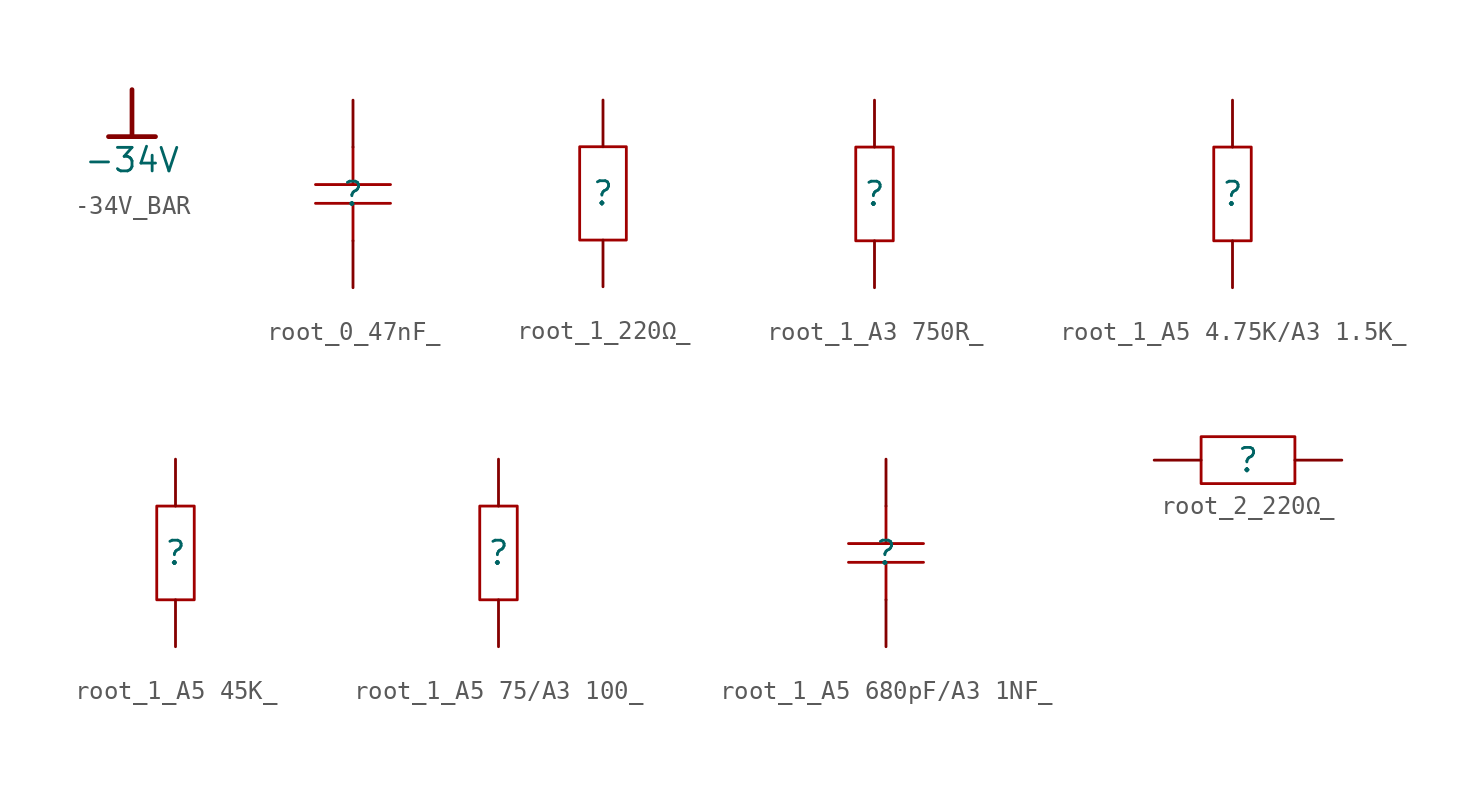
<source format=kicad_sym>
(kicad_symbol_lib
  (version 20241209)
  (generator "kicad_symbol_editor")
  (generator_version "9.0")
  (symbol "-34V_BAR"
    (power)
    (property "Reference" "#PWR"
      (at 0 0 0)
      (effects (font (size 1.27 1.27)) (hide yes)))
    (property "Value" "-34V"
      (at 0 -3.81 0)
      (effects (font (size 1.27 1.27))))
    (symbol "-34V_BAR_0_0"
      (polyline (pts (xy -1.27 -2.54) (xy 1.27 -2.54)) (stroke (width 0.254) (type solid)) (fill (type none)))
      (polyline (pts (xy 0 0) (xy 0 -2.54)) (stroke (width 0.254) (type solid)) (fill (type none)))
      (pin power_in line (at 0 0 0) (length 0) (hide yes) (name "-34V" (effects (font (size 1.27 1.27)))) (number "" (effects (font (size 1.27 1.27)))))))
  (symbol "root_0_47nF_"
    (pin_numbers
      (hide yes))
    (pin_names
      (hide yes))
    (property "Reference" ""
      (at 0 0 0)
      (effects (font (size 1.27 1.27))))
    (property "Value" ""
      (at 0 0 0)
      (effects (font (size 1.27 1.27))))
    (symbol "root_0_47nF__1_0"
      (polyline (pts (xy -2.032 0.508) (xy 2.032 0.508)) (stroke (width 0) (type solid) (color 160 0 0 1)) (fill (type none)))
      (polyline (pts (xy 0 2.54) (xy 0 0.508)) (stroke (width 0) (type solid) (color 160 0 0 1)) (fill (type none)))
      (polyline (pts (xy 0 -0.508) (xy 0 -2.54)) (stroke (width 0) (type solid) (color 160 0 0 1)) (fill (type none)))
      (polyline (pts (xy 2.032 -0.508) (xy -2.032 -0.508)) (stroke (width 0) (type solid) (color 160 0 0 1)) (fill (type none)))
      (pin passive line (at 0 5.08 270) (length 2.54) (name "2" (effects (font (size 1.27 1.27)))) (number "2" (effects (font (size 1.27 1.27)))))
      (pin passive line (at 0 -5.08 90) (length 2.54) (name "1" (effects (font (size 1.27 1.27)))) (number "1" (effects (font (size 1.27 1.27)))))))
  (symbol "root_1_220Ω_"
    (pin_numbers
      (hide yes))
    (pin_names
      (hide yes))
    (property "Reference" ""
      (at 0 0 0)
      (effects (font (size 1.27 1.27))))
    (property "Value" ""
      (at 0 0 0)
      (effects (font (size 1.27 1.27))))
    (symbol "root_1_220Ω__1_0"
      (rectangle (start -1.27 2.54) (end 1.27 -2.54) (stroke (width 0) (type solid) (color 160 0 0 1)) (fill (type none)))
      (pin passive line (at 0 5.08 270) (length 2.54) (name "2" (effects (font (size 1.27 1.27)))) (number "2" (effects (font (size 1.27 1.27)))))
      (pin passive line (at 0 -5.08 90) (length 2.54) (name "1" (effects (font (size 1.27 1.27)))) (number "1" (effects (font (size 1.27 1.27)))))))
  (symbol "root_1_A3 750R_"
    (pin_numbers
      (hide yes))
    (pin_names
      (hide yes))
    (property "Reference" ""
      (at 0 0 0)
      (effects (font (size 1.27 1.27))))
    (property "Value" ""
      (at 0 0 0)
      (effects (font (size 1.27 1.27))))
    (symbol "root_1_A3 750R__1_0"
      (rectangle (start -1.016 2.54) (end 1.016 -2.54) (stroke (width 0) (type solid) (color 160 0 0 1)) (fill (type none)))
      (pin passive line (at 0 5.08 270) (length 2.54) (name "2" (effects (font (size 1.27 1.27)))) (number "2" (effects (font (size 1.27 1.27)))))
      (pin passive line (at 0 -5.08 90) (length 2.54) (name "1" (effects (font (size 1.27 1.27)))) (number "1" (effects (font (size 1.27 1.27)))))))
  (symbol "root_1_A5 4.75K/A3 1.5K_"
    (pin_numbers
      (hide yes))
    (pin_names
      (hide yes))
    (property "Reference" ""
      (at 0 0 0)
      (effects (font (size 1.27 1.27))))
    (property "Value" ""
      (at 0 0 0)
      (effects (font (size 1.27 1.27))))
    (symbol "root_1_A5 4.75K/A3 1.5K__1_0"
      (rectangle (start -1.016 2.54) (end 1.016 -2.54) (stroke (width 0) (type solid) (color 160 0 0 1)) (fill (type none)))
      (pin passive line (at 0 5.08 270) (length 2.54) (name "2" (effects (font (size 1.27 1.27)))) (number "2" (effects (font (size 1.27 1.27)))))
      (pin passive line (at 0 -5.08 90) (length 2.54) (name "1" (effects (font (size 1.27 1.27)))) (number "1" (effects (font (size 1.27 1.27)))))))
  (symbol "root_1_A5 45K_"
    (pin_numbers
      (hide yes))
    (pin_names
      (hide yes))
    (property "Reference" ""
      (at 0 0 0)
      (effects (font (size 1.27 1.27))))
    (property "Value" ""
      (at 0 0 0)
      (effects (font (size 1.27 1.27))))
    (symbol "root_1_A5 45K__1_0"
      (rectangle (start -1.016 2.54) (end 1.016 -2.54) (stroke (width 0) (type solid) (color 160 0 0 1)) (fill (type none)))
      (pin passive line (at 0 5.08 270) (length 2.54) (name "2" (effects (font (size 1.27 1.27)))) (number "2" (effects (font (size 1.27 1.27)))))
      (pin passive line (at 0 -5.08 90) (length 2.54) (name "1" (effects (font (size 1.27 1.27)))) (number "1" (effects (font (size 1.27 1.27)))))))
  (symbol "root_1_A5 75/A3 100_"
    (pin_numbers
      (hide yes))
    (pin_names
      (hide yes))
    (property "Reference" ""
      (at 0 0 0)
      (effects (font (size 1.27 1.27))))
    (property "Value" ""
      (at 0 0 0)
      (effects (font (size 1.27 1.27))))
    (symbol "root_1_A5 75/A3 100__1_0"
      (rectangle (start -1.016 2.54) (end 1.016 -2.54) (stroke (width 0) (type solid) (color 160 0 0 1)) (fill (type none)))
      (pin passive line (at 0 5.08 270) (length 2.54) (name "2" (effects (font (size 1.27 1.27)))) (number "2" (effects (font (size 1.27 1.27)))))
      (pin passive line (at 0 -5.08 90) (length 2.54) (name "1" (effects (font (size 1.27 1.27)))) (number "1" (effects (font (size 1.27 1.27)))))))
  (symbol "root_1_A5 680pF/A3 1NF_"
    (pin_numbers
      (hide yes))
    (pin_names
      (hide yes))
    (property "Reference" ""
      (at 0 0 0)
      (effects (font (size 1.27 1.27))))
    (property "Value" ""
      (at 0 0 0)
      (effects (font (size 1.27 1.27))))
    (symbol "root_1_A5 680pF/A3 1NF__1_0"
      (polyline (pts (xy -2.032 0.508) (xy 2.032 0.508)) (stroke (width 0) (type solid) (color 160 0 0 1)) (fill (type none)))
      (polyline (pts (xy 0 2.54) (xy 0 0.508)) (stroke (width 0) (type solid) (color 160 0 0 1)) (fill (type none)))
      (polyline (pts (xy 0 -0.508) (xy 0 -2.54)) (stroke (width 0) (type solid) (color 160 0 0 1)) (fill (type none)))
      (polyline (pts (xy 2.032 -0.508) (xy -2.032 -0.508)) (stroke (width 0) (type solid) (color 160 0 0 1)) (fill (type none)))
      (pin passive line (at 0 5.08 270) (length 2.54) (name "2" (effects (font (size 1.27 1.27)))) (number "2" (effects (font (size 1.27 1.27)))))
      (pin passive line (at 0 -5.08 90) (length 2.54) (name "1" (effects (font (size 1.27 1.27)))) (number "1" (effects (font (size 1.27 1.27)))))))
  (symbol "root_2_220Ω_"
    (pin_numbers
      (hide yes))
    (pin_names
      (hide yes))
    (property "Reference" ""
      (at 0 0 0)
      (effects (font (size 1.27 1.27))))
    (property "Value" ""
      (at 0 0 0)
      (effects (font (size 1.27 1.27))))
    (symbol "root_2_220Ω__1_0"
      (rectangle (start -2.54 1.27) (end 2.54 -1.27) (stroke (width 0) (type solid) (color 160 0 0 1)) (fill (type none)))
      (pin passive line (at -5.08 0 0) (length 2.54) (name "2" (effects (font (size 1.27 1.27)))) (number "2" (effects (font (size 1.27 1.27)))))
      (pin passive line (at 5.08 0 180) (length 2.54) (name "1" (effects (font (size 1.27 1.27)))) (number "1" (effects (font (size 1.27 1.27))))))))
</source>
